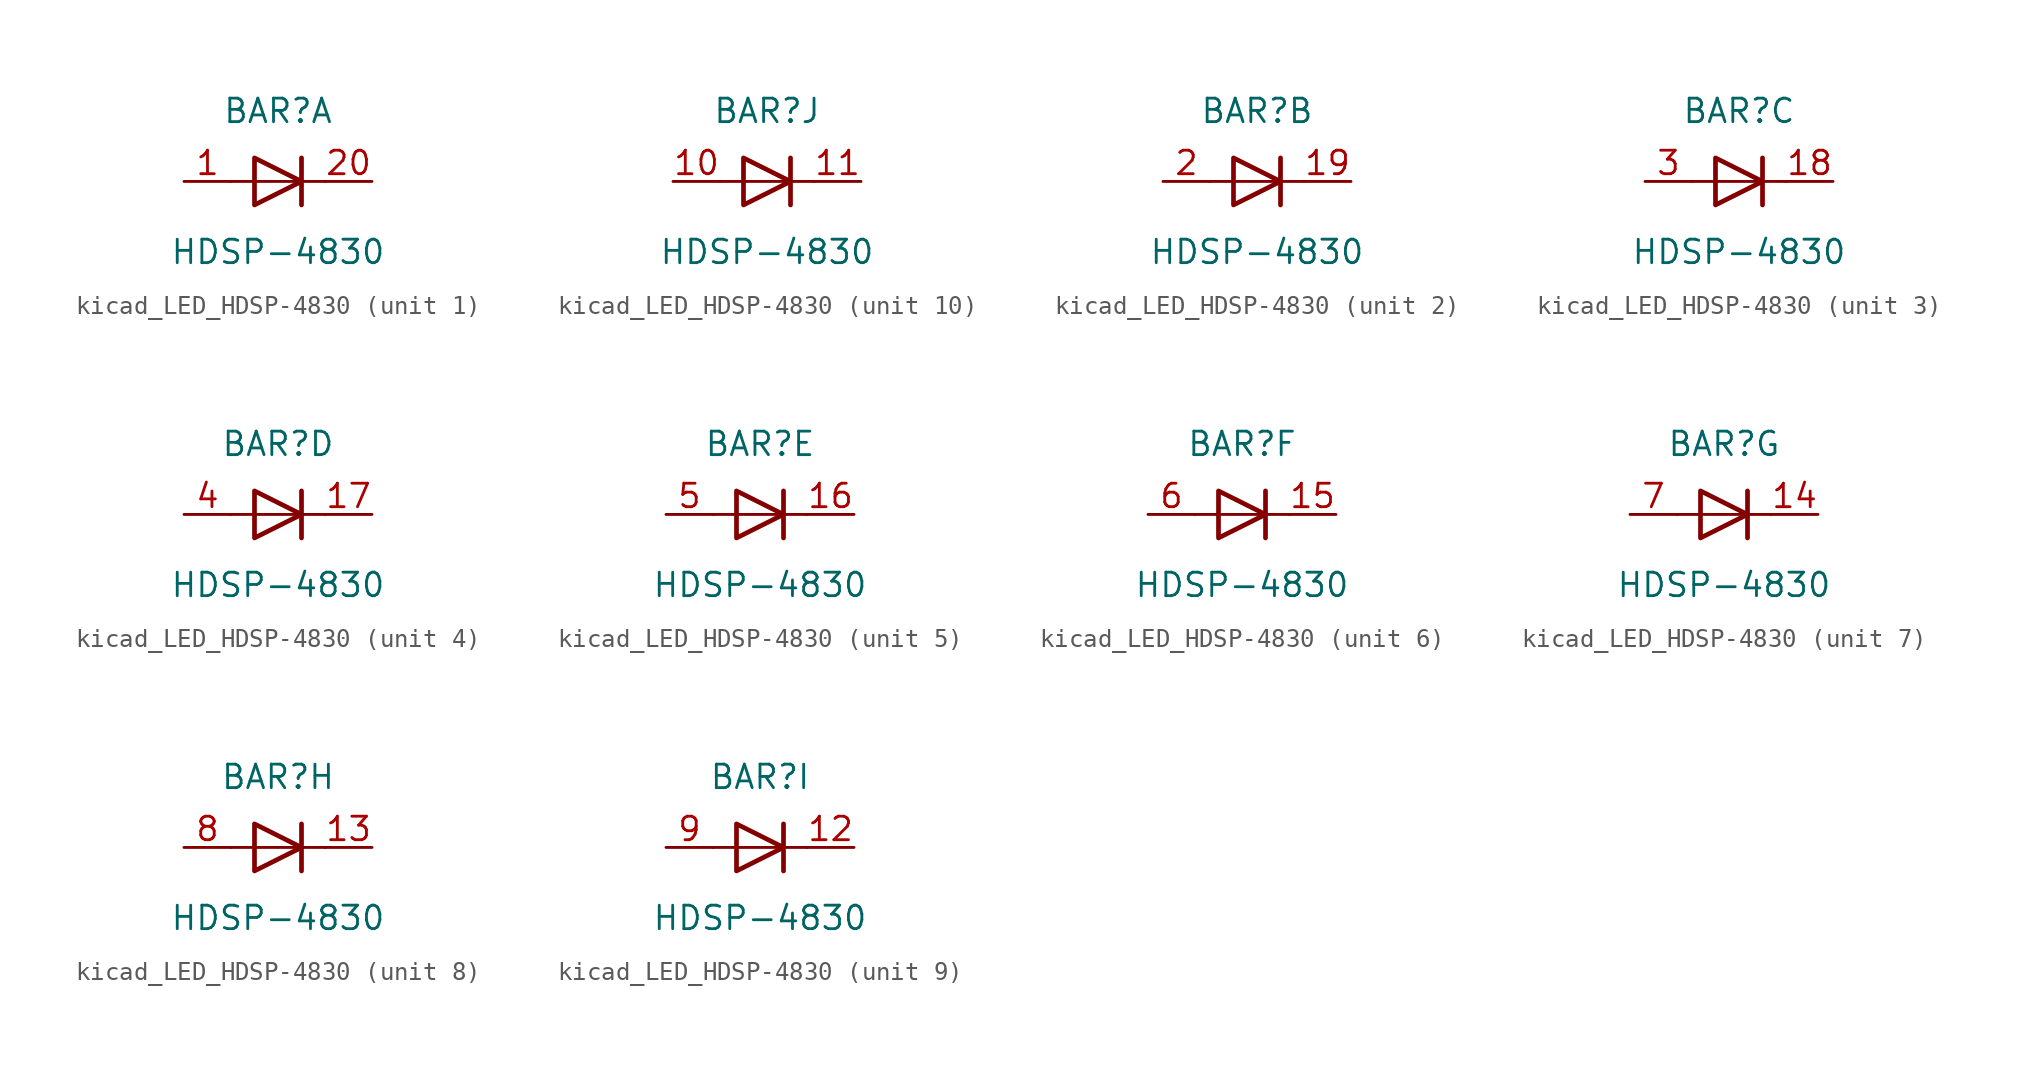
<source format=kicad_sym>
(kicad_symbol_lib
  (version 20220914)
  (generator kicad_symbol_editor)
  (symbol "kicad_LED_HDSP-4830"
    (pin_names
      (offset 1.016) hide)
    (property "Reference" "BAR"
      (at 0 3.81 0)
      (effects (font (size 1.27 1.27))))
    (property "Value" "HDSP-4830"
      (at 0 -3.81 0)
      (effects (font (size 1.27 1.27))))
    (symbol "kicad_LED_HDSP-4830_0_1"
      (polyline (pts (xy -2.54 0) (xy 2.54 0)) (stroke (width 0) (type default)) (fill (type none)))
      (polyline (pts (xy 1.27 -1.27) (xy 1.27 1.27)) (stroke (width 0.254) (type default)) (fill (type none)))
      (polyline (pts (xy -1.27 1.27) (xy -1.27 -1.27) (xy 1.27 0) (xy -1.27 1.27)) (stroke (width 0.254) (type default)) (fill (type none))))
    (symbol "kicad_LED_HDSP-4830_1_1"
      (pin passive line (at -5.08 0 0) (length 2.54) (name "A" (effects (font (size 1.27 1.27)))) (number "1" (effects (font (size 1.27 1.27)))))
      (pin passive line (at 5.08 0 180) (length 2.54) (name "K" (effects (font (size 1.27 1.27)))) (number "20" (effects (font (size 1.27 1.27))))))
    (symbol "kicad_LED_HDSP-4830_2_1"
      (pin passive line (at 5.08 0 180) (length 2.54) (name "K" (effects (font (size 1.27 1.27)))) (number "19" (effects (font (size 1.27 1.27)))))
      (pin passive line (at -5.08 0 0) (length 2.54) (name "A" (effects (font (size 1.27 1.27)))) (number "2" (effects (font (size 1.27 1.27))))))
    (symbol "kicad_LED_HDSP-4830_3_1"
      (pin passive line (at 5.08 0 180) (length 2.54) (name "K" (effects (font (size 1.27 1.27)))) (number "18" (effects (font (size 1.27 1.27)))))
      (pin passive line (at -5.08 0 0) (length 2.54) (name "A" (effects (font (size 1.27 1.27)))) (number "3" (effects (font (size 1.27 1.27))))))
    (symbol "kicad_LED_HDSP-4830_4_1"
      (pin passive line (at 5.08 0 180) (length 2.54) (name "K" (effects (font (size 1.27 1.27)))) (number "17" (effects (font (size 1.27 1.27)))))
      (pin passive line (at -5.08 0 0) (length 2.54) (name "A" (effects (font (size 1.27 1.27)))) (number "4" (effects (font (size 1.27 1.27))))))
    (symbol "kicad_LED_HDSP-4830_5_1"
      (pin passive line (at 5.08 0 180) (length 2.54) (name "K" (effects (font (size 1.27 1.27)))) (number "16" (effects (font (size 1.27 1.27)))))
      (pin passive line (at -5.08 0 0) (length 2.54) (name "A" (effects (font (size 1.27 1.27)))) (number "5" (effects (font (size 1.27 1.27))))))
    (symbol "kicad_LED_HDSP-4830_6_1"
      (pin passive line (at 5.08 0 180) (length 2.54) (name "K" (effects (font (size 1.27 1.27)))) (number "15" (effects (font (size 1.27 1.27)))))
      (pin passive line (at -5.08 0 0) (length 2.54) (name "A" (effects (font (size 1.27 1.27)))) (number "6" (effects (font (size 1.27 1.27))))))
    (symbol "kicad_LED_HDSP-4830_7_1"
      (pin passive line (at 5.08 0 180) (length 2.54) (name "K" (effects (font (size 1.27 1.27)))) (number "14" (effects (font (size 1.27 1.27)))))
      (pin passive line (at -5.08 0 0) (length 2.54) (name "A" (effects (font (size 1.27 1.27)))) (number "7" (effects (font (size 1.27 1.27))))))
    (symbol "kicad_LED_HDSP-4830_8_1"
      (pin passive line (at 5.08 0 180) (length 2.54) (name "K" (effects (font (size 1.27 1.27)))) (number "13" (effects (font (size 1.27 1.27)))))
      (pin passive line (at -5.08 0 0) (length 2.54) (name "A" (effects (font (size 1.27 1.27)))) (number "8" (effects (font (size 1.27 1.27))))))
    (symbol "kicad_LED_HDSP-4830_9_1"
      (pin passive line (at 5.08 0 180) (length 2.54) (name "K" (effects (font (size 1.27 1.27)))) (number "12" (effects (font (size 1.27 1.27)))))
      (pin passive line (at -5.08 0 0) (length 2.54) (name "A" (effects (font (size 1.27 1.27)))) (number "9" (effects (font (size 1.27 1.27))))))
    (symbol "kicad_LED_HDSP-4830_10_1"
      (pin passive line (at -5.08 0 0) (length 2.54) (name "A" (effects (font (size 1.27 1.27)))) (number "10" (effects (font (size 1.27 1.27)))))
      (pin passive line (at 5.08 0 180) (length 2.54) (name "K" (effects (font (size 1.27 1.27)))) (number "11" (effects (font (size 1.27 1.27))))))))
</source>
